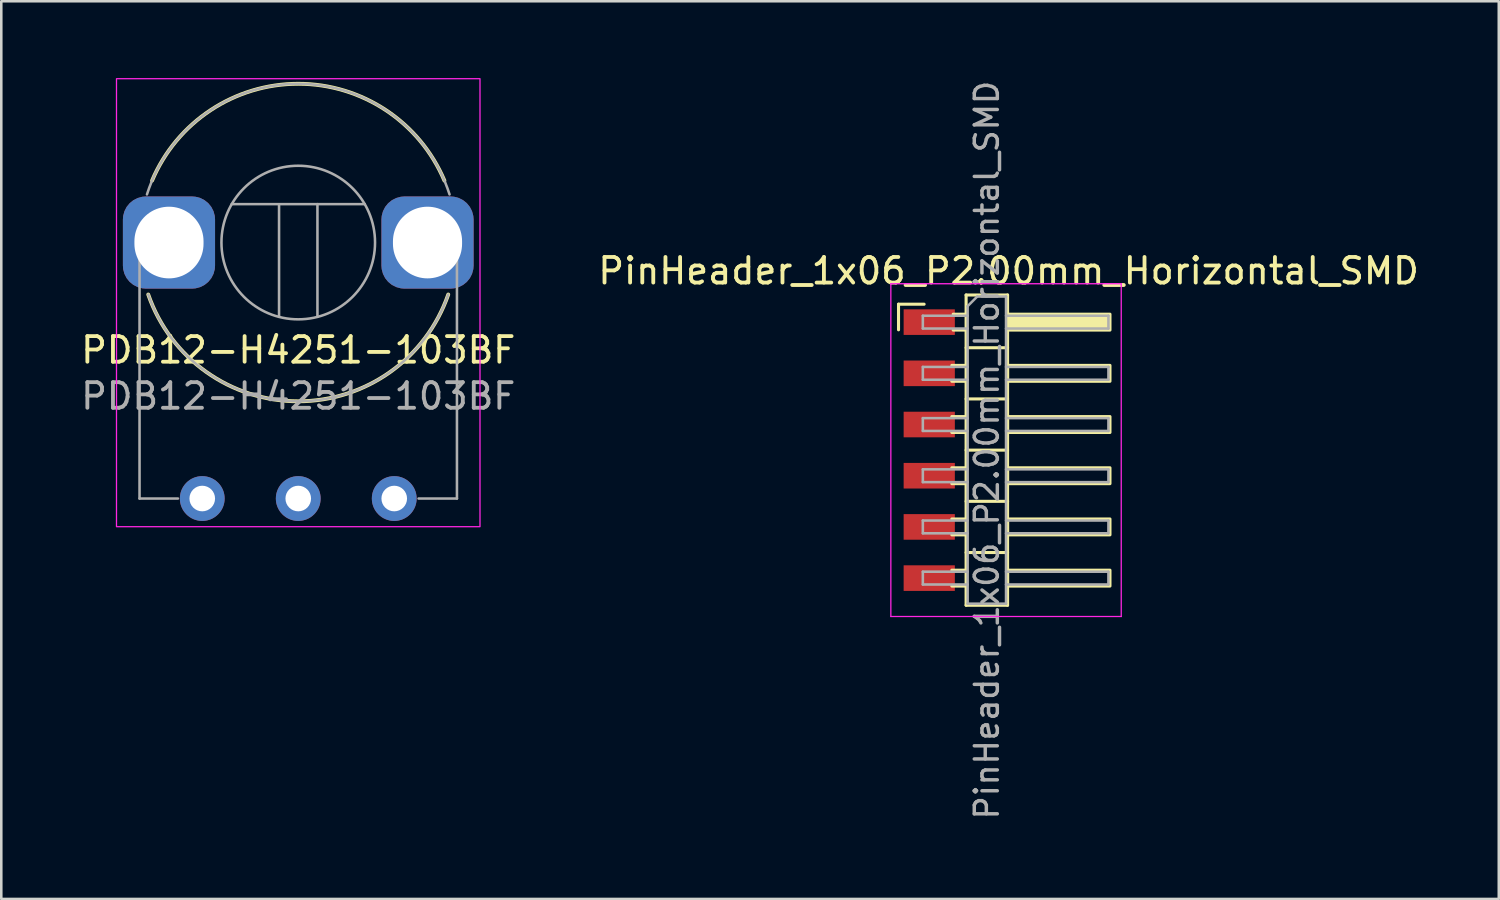
<source format=kicad_pcb>
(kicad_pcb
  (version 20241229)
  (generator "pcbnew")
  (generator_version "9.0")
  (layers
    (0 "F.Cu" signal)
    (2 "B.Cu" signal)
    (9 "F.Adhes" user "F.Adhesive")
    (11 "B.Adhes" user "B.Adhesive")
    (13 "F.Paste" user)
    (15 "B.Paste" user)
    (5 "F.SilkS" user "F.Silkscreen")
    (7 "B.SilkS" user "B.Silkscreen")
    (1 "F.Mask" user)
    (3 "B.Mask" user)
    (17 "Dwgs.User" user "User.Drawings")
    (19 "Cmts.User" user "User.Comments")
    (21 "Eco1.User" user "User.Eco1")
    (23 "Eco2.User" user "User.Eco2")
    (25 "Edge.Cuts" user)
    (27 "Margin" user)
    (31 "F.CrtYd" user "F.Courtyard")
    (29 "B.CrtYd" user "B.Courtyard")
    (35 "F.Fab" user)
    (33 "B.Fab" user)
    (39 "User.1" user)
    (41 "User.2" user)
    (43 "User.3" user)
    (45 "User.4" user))
  (footprint "PDB12-H4251-103BF"
    (layer "F.Cu")
    (at 8.601 6.425)
    (property "Reference" "PDB12-H4251-103BF" (at 0 4.2 0) (layer "F.SilkS") (effects (font (size 1 1) (thickness 0.15))))
    (attr through_hole)
    (fp_arc (start -5.71 -2.42) (mid 0 -6.202193) (end 5.71 -2.42) (stroke (width 0.15) (type solid)) (layer "F.SilkS"))
    (fp_arc (start 5.86 2.03) (mid 0 6.202186) (end -5.86 2.03) (stroke (width 0.15) (type solid)) (layer "F.SilkS"))
    (fp_rect (start 7.1 11.1) (end -7.1 -6.4) (stroke (width 0.05) (type solid)) (fill no) (layer "F.CrtYd"))
    (fp_line (start -6.2 10) (end -6.2 0) (stroke (width 0.1) (type solid)) (layer "F.Fab"))
    (fp_line (start -6.2 10) (end -4.7 10) (stroke (width 0.1) (type solid)) (layer "F.Fab"))
    (fp_line (start -2.6 -1.5) (end 2.6 -1.5) (stroke (width 0.1) (type solid)) (layer "F.Fab"))
    (fp_line (start -0.75 -1.45) (end -0.75 2.9) (stroke (width 0.1) (type solid)) (layer "F.Fab"))
    (fp_line (start 0.75 -1.5) (end 0.75 2.9) (stroke (width 0.1) (type solid)) (layer "F.Fab"))
    (fp_line (start 6.2 10) (end 4.7 10) (stroke (width 0.1) (type solid)) (layer "F.Fab"))
    (fp_line (start 6.2 10) (end 6.2 0) (stroke (width 0.1) (type solid)) (layer "F.Fab"))
    (fp_arc (start -5.91 -1.88) (mid 0 -6.201814) (end 5.91 -1.88) (stroke (width 0.1) (type solid)) (layer "F.Fab"))
    (fp_arc (start 5.86 2.03) (mid 0 6.201653) (end -5.86 2.03) (stroke (width 0.1) (type solid)) (layer "F.Fab"))
    (fp_circle (center 0 0) (end 3 0) (stroke (width 0.1) (type solid)) (fill no) (layer "F.Fab"))
    (fp_text user "${REFERENCE}" (at 0 6 0) (layer "F.Fab") (effects (font (size 1 1) (thickness 0.15))))
    (pad "1" thru_hole circle (at -3.75 10) (size 1.75 1.75) (drill 1) (layers "*.Cu" "*.Mask"))
    (pad "2" thru_hole circle (at 0 10) (size 1.75 1.75) (drill 1) (layers "*.Cu" "*.Mask"))
    (pad "3" thru_hole circle (at 3.75 10) (size 1.75 1.75) (drill 1) (layers "*.Cu" "*.Mask"))
    (pad "MP" thru_hole roundrect (at -5.05 0) (size 3.6 3.6) (drill oval 2.7 2.8) (layers "*.Cu" "*.Mask") (roundrect_rratio 0.25))
    (pad "MP" thru_hole roundrect (at 5.05 0) (size 3.6 3.6) (drill oval 2.7 2.8) (layers "*.Cu" "*.Mask") (roundrect_rratio 0.25)))
  (footprint "PinHeader_1x06_P2.00mm_Horizontal_SMD"
    (layer "F.Cu")
    (at 33.251 9.534)
    (property "Reference" "PinHeader_1x06_P2.00mm_Horizontal_SMD" (at 3.1 -2 0) (layer "F.SilkS") (effects (font (size 1 1) (thickness 0.15))))
    (attr through_hole)
    (fp_line (start -1.2 -0.7) (end -0.2 -0.7) (stroke (width 0.12) (type solid)) (layer "F.SilkS"))
    (fp_line (start -1.2 0.3) (end -1.2 -0.7) (stroke (width 0.12) (type solid)) (layer "F.SilkS"))
    (fp_line (start 0.882 1.69) (end 1.44 1.69) (stroke (width 0.12) (type solid)) (layer "F.SilkS"))
    (fp_line (start 0.882 2.31) (end 1.44 2.31) (stroke (width 0.12) (type solid)) (layer "F.SilkS"))
    (fp_line (start 0.882 3.69) (end 1.44 3.69) (stroke (width 0.12) (type solid)) (layer "F.SilkS"))
    (fp_line (start 0.882 4.31) (end 1.44 4.31) (stroke (width 0.12) (type solid)) (layer "F.SilkS"))
    (fp_line (start 0.882 5.69) (end 1.44 5.69) (stroke (width 0.12) (type solid)) (layer "F.SilkS"))
    (fp_line (start 0.882 6.31) (end 1.44 6.31) (stroke (width 0.12) (type solid)) (layer "F.SilkS"))
    (fp_line (start 0.882 7.69) (end 1.44 7.69) (stroke (width 0.12) (type solid)) (layer "F.SilkS"))
    (fp_line (start 0.882 8.31) (end 1.44 8.31) (stroke (width 0.12) (type solid)) (layer "F.SilkS"))
    (fp_line (start 0.882 9.69) (end 1.44 9.69) (stroke (width 0.12) (type solid)) (layer "F.SilkS"))
    (fp_line (start 0.882 10.31) (end 1.44 10.31) (stroke (width 0.12) (type solid)) (layer "F.SilkS"))
    (fp_line (start 0.935 -0.31) (end 1.44 -0.31) (stroke (width 0.12) (type solid)) (layer "F.SilkS"))
    (fp_line (start 0.935 0.31) (end 1.44 0.31) (stroke (width 0.12) (type solid)) (layer "F.SilkS"))
    (fp_line (start 1.44 -1.06) (end 1.44 11.06) (stroke (width 0.12) (type solid)) (layer "F.SilkS"))
    (fp_line (start 1.44 1) (end 3.06 1) (stroke (width 0.12) (type solid)) (layer "F.SilkS"))
    (fp_line (start 1.44 3) (end 3.06 3) (stroke (width 0.12) (type solid)) (layer "F.SilkS"))
    (fp_line (start 1.44 5) (end 3.06 5) (stroke (width 0.12) (type solid)) (layer "F.SilkS"))
    (fp_line (start 1.44 7) (end 3.06 7) (stroke (width 0.12) (type solid)) (layer "F.SilkS"))
    (fp_line (start 1.44 9) (end 3.06 9) (stroke (width 0.12) (type solid)) (layer "F.SilkS"))
    (fp_line (start 1.44 11.06) (end 3.06 11.06) (stroke (width 0.12) (type solid)) (layer "F.SilkS"))
    (fp_line (start 3.06 -1.06) (end 1.44 -1.06) (stroke (width 0.12) (type solid)) (layer "F.SilkS"))
    (fp_line (start 3.06 11.06) (end 3.06 -1.06) (stroke (width 0.12) (type solid)) (layer "F.SilkS"))
    (fp_rect (start 3.06 -0.31) (end 7.06 0.31) (stroke (width 0.12) (type solid)) (fill yes) (layer "F.SilkS"))
    (fp_rect (start 3.06 1.69) (end 7.06 2.31) (stroke (width 0.12) (type solid)) (fill no) (layer "F.SilkS"))
    (fp_rect (start 3.06 3.69) (end 7.06 4.31) (stroke (width 0.12) (type solid)) (fill no) (layer "F.SilkS"))
    (fp_rect (start 3.06 5.69) (end 7.06 6.31) (stroke (width 0.12) (type solid)) (fill no) (layer "F.SilkS"))
    (fp_rect (start 3.06 7.69) (end 7.06 8.31) (stroke (width 0.12) (type solid)) (fill no) (layer "F.SilkS"))
    (fp_rect (start 3.06 9.69) (end 7.06 10.31) (stroke (width 0.12) (type solid)) (fill no) (layer "F.SilkS"))
    (fp_line (start -1.5 -1.5) (end -1.5 11.5) (stroke (width 0.05) (type solid)) (layer "F.CrtYd"))
    (fp_line (start -1.5 11.5) (end 7.5 11.5) (stroke (width 0.05) (type solid)) (layer "F.CrtYd"))
    (fp_line (start 7.5 -1.5) (end -1.5 -1.5) (stroke (width 0.05) (type solid)) (layer "F.CrtYd"))
    (fp_line (start 7.5 11.5) (end 7.5 -1.5) (stroke (width 0.05) (type solid)) (layer "F.CrtYd"))
    (fp_line (start -0.25 -0.25) (end -0.25 0.25) (stroke (width 0.1) (type solid)) (layer "F.Fab"))
    (fp_line (start -0.25 -0.25) (end 1.5 -0.25) (stroke (width 0.1) (type solid)) (layer "F.Fab"))
    (fp_line (start -0.25 0.25) (end 1.5 0.25) (stroke (width 0.1) (type solid)) (layer "F.Fab"))
    (fp_line (start -0.25 1.75) (end -0.25 2.25) (stroke (width 0.1) (type solid)) (layer "F.Fab"))
    (fp_line (start -0.25 1.75) (end 1.5 1.75) (stroke (width 0.1) (type solid)) (layer "F.Fab"))
    (fp_line (start -0.25 2.25) (end 1.5 2.25) (stroke (width 0.1) (type solid)) (layer "F.Fab"))
    (fp_line (start -0.25 3.75) (end -0.25 4.25) (stroke (width 0.1) (type solid)) (layer "F.Fab"))
    (fp_line (start -0.25 3.75) (end 1.5 3.75) (stroke (width 0.1) (type solid)) (layer "F.Fab"))
    (fp_line (start -0.25 4.25) (end 1.5 4.25) (stroke (width 0.1) (type solid)) (layer "F.Fab"))
    (fp_line (start -0.25 5.75) (end -0.25 6.25) (stroke (width 0.1) (type solid)) (layer "F.Fab"))
    (fp_line (start -0.25 5.75) (end 1.5 5.75) (stroke (width 0.1) (type solid)) (layer "F.Fab"))
    (fp_line (start -0.25 6.25) (end 1.5 6.25) (stroke (width 0.1) (type solid)) (layer "F.Fab"))
    (fp_line (start -0.25 7.75) (end -0.25 8.25) (stroke (width 0.1) (type solid)) (layer "F.Fab"))
    (fp_line (start -0.25 7.75) (end 1.5 7.75) (stroke (width 0.1) (type solid)) (layer "F.Fab"))
    (fp_line (start -0.25 8.25) (end 1.5 8.25) (stroke (width 0.1) (type solid)) (layer "F.Fab"))
    (fp_line (start -0.25 9.75) (end -0.25 10.25) (stroke (width 0.1) (type solid)) (layer "F.Fab"))
    (fp_line (start -0.25 9.75) (end 1.5 9.75) (stroke (width 0.1) (type solid)) (layer "F.Fab"))
    (fp_line (start -0.25 10.25) (end 1.5 10.25) (stroke (width 0.1) (type solid)) (layer "F.Fab"))
    (fp_line (start 1.5 -0.625) (end 1.875 -1) (stroke (width 0.1) (type solid)) (layer "F.Fab"))
    (fp_line (start 1.5 11) (end 1.5 -0.625) (stroke (width 0.1) (type solid)) (layer "F.Fab"))
    (fp_line (start 1.875 -1) (end 3 -1) (stroke (width 0.1) (type solid)) (layer "F.Fab"))
    (fp_line (start 3 -1) (end 3 11) (stroke (width 0.1) (type solid)) (layer "F.Fab"))
    (fp_line (start 3 -0.25) (end 7 -0.25) (stroke (width 0.1) (type solid)) (layer "F.Fab"))
    (fp_line (start 3 0.25) (end 7 0.25) (stroke (width 0.1) (type solid)) (layer "F.Fab"))
    (fp_line (start 3 1.75) (end 7 1.75) (stroke (width 0.1) (type solid)) (layer "F.Fab"))
    (fp_line (start 3 2.25) (end 7 2.25) (stroke (width 0.1) (type solid)) (layer "F.Fab"))
    (fp_line (start 3 3.75) (end 7 3.75) (stroke (width 0.1) (type solid)) (layer "F.Fab"))
    (fp_line (start 3 4.25) (end 7 4.25) (stroke (width 0.1) (type solid)) (layer "F.Fab"))
    (fp_line (start 3 5.75) (end 7 5.75) (stroke (width 0.1) (type solid)) (layer "F.Fab"))
    (fp_line (start 3 6.25) (end 7 6.25) (stroke (width 0.1) (type solid)) (layer "F.Fab"))
    (fp_line (start 3 7.75) (end 7 7.75) (stroke (width 0.1) (type solid)) (layer "F.Fab"))
    (fp_line (start 3 8.25) (end 7 8.25) (stroke (width 0.1) (type solid)) (layer "F.Fab"))
    (fp_line (start 3 9.75) (end 7 9.75) (stroke (width 0.1) (type solid)) (layer "F.Fab"))
    (fp_line (start 3 10.25) (end 7 10.25) (stroke (width 0.1) (type solid)) (layer "F.Fab"))
    (fp_line (start 3 11) (end 1.5 11) (stroke (width 0.1) (type solid)) (layer "F.Fab"))
    (fp_line (start 7 -0.25) (end 7 0.25) (stroke (width 0.1) (type solid)) (layer "F.Fab"))
    (fp_line (start 7 1.75) (end 7 2.25) (stroke (width 0.1) (type solid)) (layer "F.Fab"))
    (fp_line (start 7 3.75) (end 7 4.25) (stroke (width 0.1) (type solid)) (layer "F.Fab"))
    (fp_line (start 7 5.75) (end 7 6.25) (stroke (width 0.1) (type solid)) (layer "F.Fab"))
    (fp_line (start 7 7.75) (end 7 8.25) (stroke (width 0.1) (type solid)) (layer "F.Fab"))
    (fp_line (start 7 9.75) (end 7 10.25) (stroke (width 0.1) (type solid)) (layer "F.Fab"))
    (fp_text user "${REFERENCE}" (at 2.25 5 90) (layer "F.Fab") (effects (font (size 0.9 0.9) (thickness 0.135))))
    (pad "1" smd rect (at 0 0) (size 2 1) (layers "F.Cu" "F.Mask" "F.Paste"))
    (pad "2" smd rect (at 0 2) (size 2 1) (layers "F.Cu" "F.Mask" "F.Paste"))
    (pad "3" smd rect (at 0 4) (size 2 1) (layers "F.Cu" "F.Mask" "F.Paste"))
    (pad "4" smd rect (at 0 6) (size 2 1) (layers "F.Cu" "F.Mask" "F.Paste"))
    (pad "5" smd rect (at 0 8) (size 2 1) (layers "F.Cu" "F.Mask" "F.Paste"))
    (pad "6" smd rect (at 0 10) (size 2 1) (layers "F.Cu" "F.Mask" "F.Paste")))
  (gr_rect
    (start -3 -3)
    (end 55.5 32.068)
    (stroke (width 0.1) (type default))
    (fill no)
    (layer "Edge.Cuts")))
</source>
